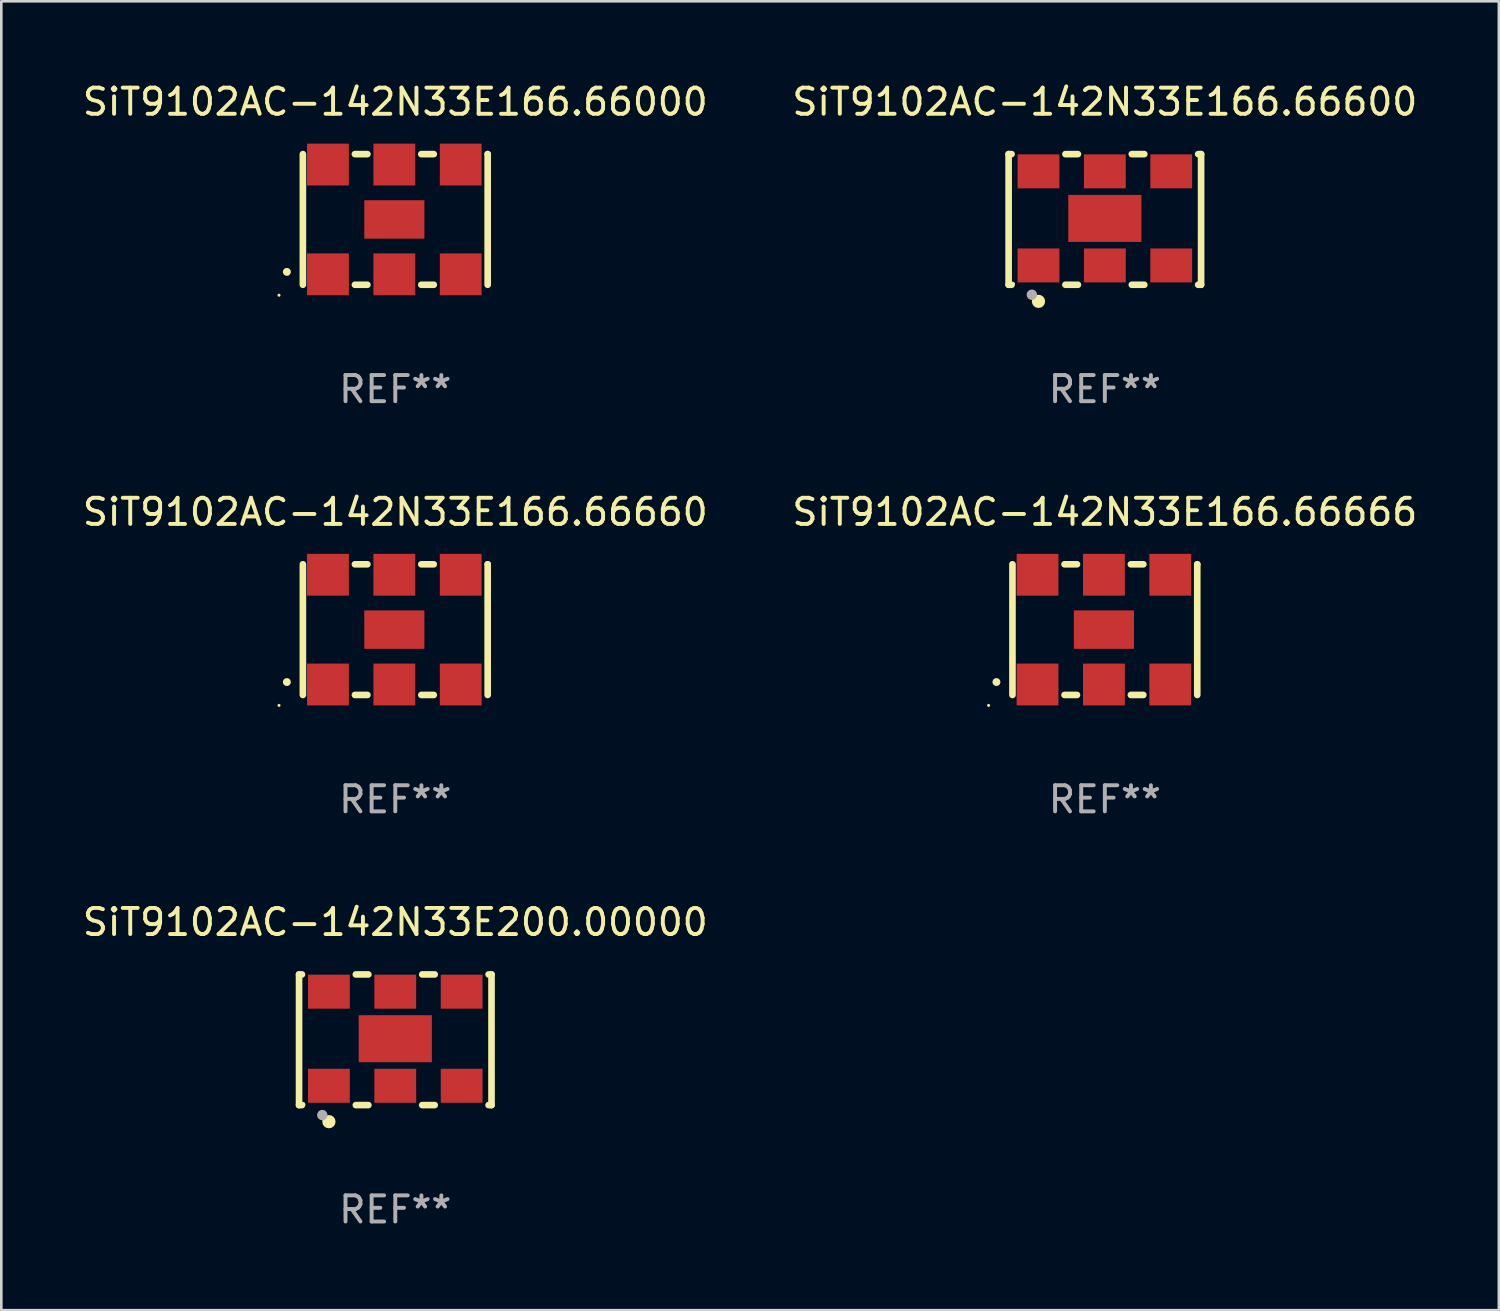
<source format=kicad_pcb>
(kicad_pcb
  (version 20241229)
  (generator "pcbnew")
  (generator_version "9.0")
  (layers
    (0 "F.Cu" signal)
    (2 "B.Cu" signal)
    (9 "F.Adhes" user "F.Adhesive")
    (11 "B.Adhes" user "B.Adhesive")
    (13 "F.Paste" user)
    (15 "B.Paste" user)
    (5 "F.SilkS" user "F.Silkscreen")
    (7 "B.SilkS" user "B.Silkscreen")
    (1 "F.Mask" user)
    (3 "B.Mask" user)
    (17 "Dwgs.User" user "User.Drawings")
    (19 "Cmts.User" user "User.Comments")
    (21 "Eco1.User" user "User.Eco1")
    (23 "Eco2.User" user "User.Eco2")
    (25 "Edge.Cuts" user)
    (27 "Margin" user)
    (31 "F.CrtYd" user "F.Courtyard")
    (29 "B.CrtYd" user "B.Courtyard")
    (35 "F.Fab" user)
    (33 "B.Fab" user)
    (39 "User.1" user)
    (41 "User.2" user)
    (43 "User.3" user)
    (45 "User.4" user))
  (footprint "SiT9102AC-142N33E200.00000"
    (layer "F.Cu")
    (at 12.077 36.741)
    (property "Reference" "SiT9102AC-142N33E200.00000" (at 0 -4.5 0) (layer "F.SilkS") (effects (font (size 1 1) (thickness 0.15))))
    (attr through_hole)
    (fp_line (start -3.683 -2.5) (end -3.571 -2.5) (stroke (width 0.254) (type solid)) (layer "F.SilkS"))
    (fp_line (start -3.683 2.5) (end -3.683 -2.5) (stroke (width 0.254) (type solid)) (layer "F.SilkS"))
    (fp_line (start -3.683 2.5) (end -3.571 2.5) (stroke (width 0.254) (type solid)) (layer "F.SilkS"))
    (fp_line (start -1.509 -2.5) (end -1.031 -2.5) (stroke (width 0.254) (type solid)) (layer "F.SilkS"))
    (fp_line (start -1.509 2.5) (end -1.031 2.5) (stroke (width 0.254) (type solid)) (layer "F.SilkS"))
    (fp_line (start 1.031 -2.5) (end 1.509 -2.5) (stroke (width 0.254) (type solid)) (layer "F.SilkS"))
    (fp_line (start 1.031 2.5) (end 1.509 2.5) (stroke (width 0.254) (type solid)) (layer "F.SilkS"))
    (fp_line (start 3.571 -2.5) (end 3.683 -2.5) (stroke (width 0.254) (type solid)) (layer "F.SilkS"))
    (fp_line (start 3.571 2.5) (end 3.683 2.5) (stroke (width 0.254) (type solid)) (layer "F.SilkS"))
    (fp_line (start 3.683 2.5) (end 3.683 -2.5) (stroke (width 0.254) (type solid)) (layer "F.SilkS"))
    (fp_circle (center -3.5 2.46) (end -3.47 2.46) (stroke (width 0.06) (type solid)) (fill no) (layer "F.SilkS"))
    (fp_circle (center -2.54 3.135) (end -2.413 3.135) (stroke (width 0.254) (type solid)) (fill no) (layer "F.SilkS"))
    (fp_circle (center -2.794 2.881) (end -2.694 2.881) (stroke (width 0.2) (type solid)) (fill no) (layer "F.Fab"))
    (fp_text user "REF**" (at 0 6.5 0) (layer "F.Fab") (effects (font (size 1 1) (thickness 0.15))))
    (pad "1" smd rect (at -2.54 1.76) (size 1.6 1.3) (layers "F.Cu" "F.Mask" "F.Paste"))
    (pad "2" smd rect (at 0 1.76) (size 1.6 1.3) (layers "F.Cu" "F.Mask" "F.Paste"))
    (pad "3" smd rect (at 2.54 1.76) (size 1.6 1.3) (layers "F.Cu" "F.Mask" "F.Paste"))
    (pad "4" smd rect (at 2.54 -1.84) (size 1.6 1.3) (layers "F.Cu" "F.Mask" "F.Paste"))
    (pad "5" smd rect (at 0 -1.84) (size 1.6 1.3) (layers "F.Cu" "F.Mask" "F.Paste"))
    (pad "6" smd rect (at -2.54 -1.84) (size 1.6 1.3) (layers "F.Cu" "F.Mask" "F.Paste"))
    (pad "7" smd rect (at 0 -0.04) (size 2.8 1.8) (layers "F.Cu" "F.Mask" "F.Paste")))
  (footprint "SiT9102AC-142N33E166.66000"
    (layer "F.Cu")
    (at 12.077 5.348)
    (property "Reference" "SiT9102AC-142N33E166.66000" (at 0 -4.5 0) (layer "F.SilkS") (effects (font (size 1 1) (thickness 0.15))))
    (attr through_hole)
    (fp_line (start -3.536 -2.5) (end -3.536 2.5) (stroke (width 0.254) (type solid)) (layer "F.SilkS"))
    (fp_line (start -1.544 2.5) (end -1.067 2.5) (stroke (width 0.254) (type solid)) (layer "F.SilkS"))
    (fp_line (start -1.067 -2.5) (end -1.544 -2.5) (stroke (width 0.254) (type solid)) (layer "F.SilkS"))
    (fp_line (start 0.996 2.5) (end 1.473 2.5) (stroke (width 0.254) (type solid)) (layer "F.SilkS"))
    (fp_line (start 1.473 -2.5) (end 0.996 -2.5) (stroke (width 0.254) (type solid)) (layer "F.SilkS"))
    (fp_line (start 3.536 -2.5) (end 3.536 -2.5) (stroke (width 0.254) (type solid)) (layer "F.SilkS"))
    (fp_line (start 3.536 2.5) (end 3.536 -2.5) (stroke (width 0.254) (type solid)) (layer "F.SilkS"))
    (fp_arc (start -4.150432 2.006604) (mid -4.149162 2.006599) (end -4.147892 2.006604) (stroke (width 0.3) (type solid)) (layer "F.SilkS"))
    (fp_circle (center -4.449 2.9) (end -4.419 2.9) (stroke (width 0.06) (type solid)) (fill no) (layer "F.SilkS"))
    (fp_text user "REF**" (at 0 6.5 0) (layer "F.Fab") (effects (font (size 1 1) (thickness 0.15))))
    (pad "1" smd rect (at -2.576 2.1) (size 1.6 1.6) (layers "F.Cu" "F.Mask" "F.Paste"))
    (pad "2" smd rect (at -0.036 2.1) (size 1.6 1.6) (layers "F.Cu" "F.Mask" "F.Paste"))
    (pad "3" smd rect (at 2.504 2.1) (size 1.6 1.6) (layers "F.Cu" "F.Mask" "F.Paste"))
    (pad "4" smd rect (at 2.504 -2.1) (size 1.6 1.6) (layers "F.Cu" "F.Mask" "F.Paste"))
    (pad "5" smd rect (at -0.036 -2.1) (size 1.6 1.6) (layers "F.Cu" "F.Mask" "F.Paste"))
    (pad "6" smd rect (at -2.576 -2.1) (size 1.6 1.6) (layers "F.Cu" "F.Mask" "F.Paste"))
    (pad "7" smd rect (at -0.036 0) (size 2.3 1.47) (layers "F.Cu" "F.Mask" "F.Paste")))
  (footprint "SiT9102AC-142N33E166.66660"
    (layer "F.Cu")
    (at 12.077 21.045)
    (property "Reference" "SiT9102AC-142N33E166.66660" (at 0 -4.5 0) (layer "F.SilkS") (effects (font (size 1 1) (thickness 0.15))))
    (attr through_hole)
    (fp_line (start -3.536 -2.5) (end -3.536 2.5) (stroke (width 0.254) (type solid)) (layer "F.SilkS"))
    (fp_line (start -1.544 2.5) (end -1.067 2.5) (stroke (width 0.254) (type solid)) (layer "F.SilkS"))
    (fp_line (start -1.067 -2.5) (end -1.544 -2.5) (stroke (width 0.254) (type solid)) (layer "F.SilkS"))
    (fp_line (start 0.996 2.5) (end 1.473 2.5) (stroke (width 0.254) (type solid)) (layer "F.SilkS"))
    (fp_line (start 1.473 -2.5) (end 0.996 -2.5) (stroke (width 0.254) (type solid)) (layer "F.SilkS"))
    (fp_line (start 3.536 -2.5) (end 3.536 -2.5) (stroke (width 0.254) (type solid)) (layer "F.SilkS"))
    (fp_line (start 3.536 2.5) (end 3.536 -2.5) (stroke (width 0.254) (type solid)) (layer "F.SilkS"))
    (fp_arc (start -4.150432 2.006604) (mid -4.149162 2.006599) (end -4.147892 2.006604) (stroke (width 0.3) (type solid)) (layer "F.SilkS"))
    (fp_circle (center -4.449 2.9) (end -4.419 2.9) (stroke (width 0.06) (type solid)) (fill no) (layer "F.SilkS"))
    (fp_text user "REF**" (at 0 6.5 0) (layer "F.Fab") (effects (font (size 1 1) (thickness 0.15))))
    (pad "1" smd rect (at -2.576 2.1) (size 1.6 1.6) (layers "F.Cu" "F.Mask" "F.Paste"))
    (pad "2" smd rect (at -0.036 2.1) (size 1.6 1.6) (layers "F.Cu" "F.Mask" "F.Paste"))
    (pad "3" smd rect (at 2.504 2.1) (size 1.6 1.6) (layers "F.Cu" "F.Mask" "F.Paste"))
    (pad "4" smd rect (at 2.504 -2.1) (size 1.6 1.6) (layers "F.Cu" "F.Mask" "F.Paste"))
    (pad "5" smd rect (at -0.036 -2.1) (size 1.6 1.6) (layers "F.Cu" "F.Mask" "F.Paste"))
    (pad "6" smd rect (at -2.576 -2.1) (size 1.6 1.6) (layers "F.Cu" "F.Mask" "F.Paste"))
    (pad "7" smd rect (at -0.036 0) (size 2.3 1.47) (layers "F.Cu" "F.Mask" "F.Paste")))
  (footprint "SiT9102AC-142N33E166.66666"
    (layer "F.Cu")
    (at 39.232 21.045)
    (property "Reference" "SiT9102AC-142N33E166.66666" (at 0 -4.5 0) (layer "F.SilkS") (effects (font (size 1 1) (thickness 0.15))))
    (attr through_hole)
    (fp_line (start -3.536 -2.5) (end -3.536 2.5) (stroke (width 0.254) (type solid)) (layer "F.SilkS"))
    (fp_line (start -1.544 2.5) (end -1.067 2.5) (stroke (width 0.254) (type solid)) (layer "F.SilkS"))
    (fp_line (start -1.067 -2.5) (end -1.544 -2.5) (stroke (width 0.254) (type solid)) (layer "F.SilkS"))
    (fp_line (start 0.996 2.5) (end 1.473 2.5) (stroke (width 0.254) (type solid)) (layer "F.SilkS"))
    (fp_line (start 1.473 -2.5) (end 0.996 -2.5) (stroke (width 0.254) (type solid)) (layer "F.SilkS"))
    (fp_line (start 3.536 -2.5) (end 3.536 -2.5) (stroke (width 0.254) (type solid)) (layer "F.SilkS"))
    (fp_line (start 3.536 2.5) (end 3.536 -2.5) (stroke (width 0.254) (type solid)) (layer "F.SilkS"))
    (fp_arc (start -4.150432 2.006604) (mid -4.149162 2.006599) (end -4.147892 2.006604) (stroke (width 0.3) (type solid)) (layer "F.SilkS"))
    (fp_circle (center -4.449 2.9) (end -4.419 2.9) (stroke (width 0.06) (type solid)) (fill no) (layer "F.SilkS"))
    (fp_text user "REF**" (at 0 6.5 0) (layer "F.Fab") (effects (font (size 1 1) (thickness 0.15))))
    (pad "1" smd rect (at -2.576 2.1) (size 1.6 1.6) (layers "F.Cu" "F.Mask" "F.Paste"))
    (pad "2" smd rect (at -0.036 2.1) (size 1.6 1.6) (layers "F.Cu" "F.Mask" "F.Paste"))
    (pad "3" smd rect (at 2.504 2.1) (size 1.6 1.6) (layers "F.Cu" "F.Mask" "F.Paste"))
    (pad "4" smd rect (at 2.504 -2.1) (size 1.6 1.6) (layers "F.Cu" "F.Mask" "F.Paste"))
    (pad "5" smd rect (at -0.036 -2.1) (size 1.6 1.6) (layers "F.Cu" "F.Mask" "F.Paste"))
    (pad "6" smd rect (at -2.576 -2.1) (size 1.6 1.6) (layers "F.Cu" "F.Mask" "F.Paste"))
    (pad "7" smd rect (at -0.036 0) (size 2.3 1.47) (layers "F.Cu" "F.Mask" "F.Paste")))
  (footprint "SiT9102AC-142N33E166.66600"
    (layer "F.Cu")
    (at 39.232 5.348)
    (property "Reference" "SiT9102AC-142N33E166.66600" (at 0 -4.5 0) (layer "F.SilkS") (effects (font (size 1 1) (thickness 0.15))))
    (attr through_hole)
    (fp_line (start -3.683 -2.5) (end -3.571 -2.5) (stroke (width 0.254) (type solid)) (layer "F.SilkS"))
    (fp_line (start -3.683 2.5) (end -3.683 -2.5) (stroke (width 0.254) (type solid)) (layer "F.SilkS"))
    (fp_line (start -3.683 2.5) (end -3.571 2.5) (stroke (width 0.254) (type solid)) (layer "F.SilkS"))
    (fp_line (start -1.509 -2.5) (end -1.031 -2.5) (stroke (width 0.254) (type solid)) (layer "F.SilkS"))
    (fp_line (start -1.509 2.5) (end -1.031 2.5) (stroke (width 0.254) (type solid)) (layer "F.SilkS"))
    (fp_line (start 1.031 -2.5) (end 1.509 -2.5) (stroke (width 0.254) (type solid)) (layer "F.SilkS"))
    (fp_line (start 1.031 2.5) (end 1.509 2.5) (stroke (width 0.254) (type solid)) (layer "F.SilkS"))
    (fp_line (start 3.571 -2.5) (end 3.683 -2.5) (stroke (width 0.254) (type solid)) (layer "F.SilkS"))
    (fp_line (start 3.571 2.5) (end 3.683 2.5) (stroke (width 0.254) (type solid)) (layer "F.SilkS"))
    (fp_line (start 3.683 2.5) (end 3.683 -2.5) (stroke (width 0.254) (type solid)) (layer "F.SilkS"))
    (fp_circle (center -3.5 2.46) (end -3.47 2.46) (stroke (width 0.06) (type solid)) (fill no) (layer "F.SilkS"))
    (fp_circle (center -2.54 3.135) (end -2.413 3.135) (stroke (width 0.254) (type solid)) (fill no) (layer "F.SilkS"))
    (fp_circle (center -2.794 2.881) (end -2.694 2.881) (stroke (width 0.2) (type solid)) (fill no) (layer "F.Fab"))
    (fp_text user "REF**" (at 0 6.5 0) (layer "F.Fab") (effects (font (size 1 1) (thickness 0.15))))
    (pad "1" smd rect (at -2.54 1.76) (size 1.6 1.3) (layers "F.Cu" "F.Mask" "F.Paste"))
    (pad "2" smd rect (at 0 1.76) (size 1.6 1.3) (layers "F.Cu" "F.Mask" "F.Paste"))
    (pad "3" smd rect (at 2.54 1.76) (size 1.6 1.3) (layers "F.Cu" "F.Mask" "F.Paste"))
    (pad "4" smd rect (at 2.54 -1.84) (size 1.6 1.3) (layers "F.Cu" "F.Mask" "F.Paste"))
    (pad "5" smd rect (at 0 -1.84) (size 1.6 1.3) (layers "F.Cu" "F.Mask" "F.Paste"))
    (pad "6" smd rect (at -2.54 -1.84) (size 1.6 1.3) (layers "F.Cu" "F.Mask" "F.Paste"))
    (pad "7" smd rect (at 0 -0.04) (size 2.8 1.8) (layers "F.Cu" "F.Mask" "F.Paste")))
  (gr_rect
    (start -3 -3)
    (end 54.31 47.09)
    (stroke (width 0.1) (type default))
    (fill no)
    (layer "Edge.Cuts")))
</source>
